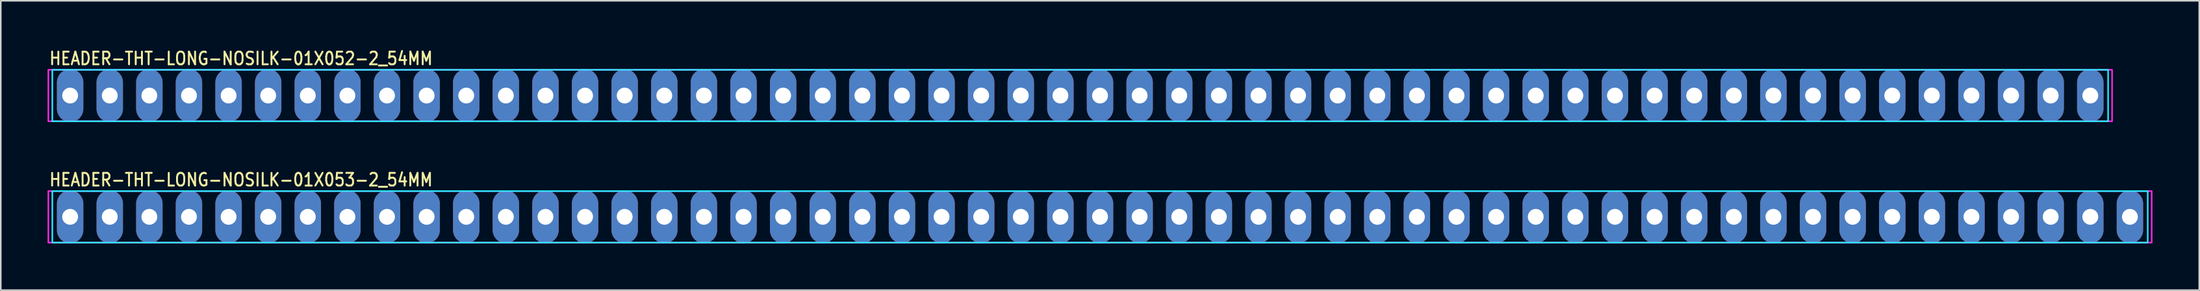
<source format=kicad_pcb>
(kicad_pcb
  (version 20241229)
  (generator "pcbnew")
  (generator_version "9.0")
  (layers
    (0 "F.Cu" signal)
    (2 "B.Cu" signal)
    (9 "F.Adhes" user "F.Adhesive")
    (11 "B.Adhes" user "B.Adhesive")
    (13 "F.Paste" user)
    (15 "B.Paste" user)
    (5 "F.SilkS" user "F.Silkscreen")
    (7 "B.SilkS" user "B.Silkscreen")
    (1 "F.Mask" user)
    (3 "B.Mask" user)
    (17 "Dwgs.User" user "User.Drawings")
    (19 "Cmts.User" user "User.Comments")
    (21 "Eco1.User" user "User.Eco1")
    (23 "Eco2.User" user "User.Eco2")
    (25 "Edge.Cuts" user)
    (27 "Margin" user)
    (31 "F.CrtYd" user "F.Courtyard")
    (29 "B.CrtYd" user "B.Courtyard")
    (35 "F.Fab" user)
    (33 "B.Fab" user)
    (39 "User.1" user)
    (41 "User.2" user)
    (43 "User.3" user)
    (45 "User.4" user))
  (footprint "HEADER-THT-LONG-NOSILK-01X052-2_54MM"
    (layer "F.Cu")
    (at 1.447 3.079)
    (property "Reference" "HEADER-THT-LONG-NOSILK-01X052-2_54MM" (at -1.4 -1.9 0) (unlocked yes) (layer "F.SilkS") (effects (font (size 0.813 0.695) (thickness 0.122)) (justify left bottom)))
    (fp_poly (pts (xy -1.143 -1.651) (xy 130.683 -1.651) (xy 130.683 1.651) (xy -1.143 1.651)) (stroke (width 0.1) (type solid)) (fill no) (layer "B.CrtYd"))
    (fp_poly (pts (xy -1.397 -1.651) (xy 130.937 -1.651) (xy 130.937 1.651) (xy -1.397 1.651)) (stroke (width 0.1) (type solid)) (fill no) (layer "F.CrtYd"))
    (pad "1" thru_hole oval (at 0 0 90) (size 3.387 1.693) (drill 1.016) (layers "*.Cu" "*.Mask"))
    (pad "2" thru_hole oval (at 2.54 0 90) (size 3.387 1.693) (drill 1.016) (layers "*.Cu" "*.Mask"))
    (pad "3" thru_hole oval (at 5.08 0 90) (size 3.387 1.693) (drill 1.016) (layers "*.Cu" "*.Mask"))
    (pad "4" thru_hole oval (at 7.62 0 90) (size 3.387 1.693) (drill 1.016) (layers "*.Cu" "*.Mask"))
    (pad "5" thru_hole oval (at 10.16 0 90) (size 3.387 1.693) (drill 1.016) (layers "*.Cu" "*.Mask"))
    (pad "6" thru_hole oval (at 12.7 0 90) (size 3.387 1.693) (drill 1.016) (layers "*.Cu" "*.Mask"))
    (pad "7" thru_hole oval (at 15.24 0 90) (size 3.387 1.693) (drill 1.016) (layers "*.Cu" "*.Mask"))
    (pad "8" thru_hole oval (at 17.78 0 90) (size 3.387 1.693) (drill 1.016) (layers "*.Cu" "*.Mask"))
    (pad "9" thru_hole oval (at 20.32 0 90) (size 3.387 1.693) (drill 1.016) (layers "*.Cu" "*.Mask"))
    (pad "10" thru_hole oval (at 22.86 0 90) (size 3.387 1.693) (drill 1.016) (layers "*.Cu" "*.Mask"))
    (pad "11" thru_hole oval (at 25.4 0 90) (size 3.387 1.693) (drill 1.016) (layers "*.Cu" "*.Mask"))
    (pad "12" thru_hole oval (at 27.94 0 90) (size 3.387 1.693) (drill 1.016) (layers "*.Cu" "*.Mask"))
    (pad "13" thru_hole oval (at 30.48 0 90) (size 3.387 1.693) (drill 1.016) (layers "*.Cu" "*.Mask"))
    (pad "14" thru_hole oval (at 33.02 0 90) (size 3.387 1.693) (drill 1.016) (layers "*.Cu" "*.Mask"))
    (pad "15" thru_hole oval (at 35.56 0 90) (size 3.387 1.693) (drill 1.016) (layers "*.Cu" "*.Mask"))
    (pad "16" thru_hole oval (at 38.1 0 90) (size 3.387 1.693) (drill 1.016) (layers "*.Cu" "*.Mask"))
    (pad "17" thru_hole oval (at 40.64 0 90) (size 3.387 1.693) (drill 1.016) (layers "*.Cu" "*.Mask"))
    (pad "18" thru_hole oval (at 43.18 0 90) (size 3.387 1.693) (drill 1.016) (layers "*.Cu" "*.Mask"))
    (pad "19" thru_hole oval (at 45.72 0 90) (size 3.387 1.693) (drill 1.016) (layers "*.Cu" "*.Mask"))
    (pad "20" thru_hole oval (at 48.26 0 90) (size 3.387 1.693) (drill 1.016) (layers "*.Cu" "*.Mask"))
    (pad "21" thru_hole oval (at 50.8 0 90) (size 3.387 1.693) (drill 1.016) (layers "*.Cu" "*.Mask"))
    (pad "22" thru_hole oval (at 53.34 0 90) (size 3.387 1.693) (drill 1.016) (layers "*.Cu" "*.Mask"))
    (pad "23" thru_hole oval (at 55.88 0 90) (size 3.387 1.693) (drill 1.016) (layers "*.Cu" "*.Mask"))
    (pad "24" thru_hole oval (at 58.42 0 90) (size 3.387 1.693) (drill 1.016) (layers "*.Cu" "*.Mask"))
    (pad "25" thru_hole oval (at 60.96 0 90) (size 3.387 1.693) (drill 1.016) (layers "*.Cu" "*.Mask"))
    (pad "26" thru_hole oval (at 63.5 0 90) (size 3.387 1.693) (drill 1.016) (layers "*.Cu" "*.Mask"))
    (pad "27" thru_hole oval (at 66.04 0 90) (size 3.387 1.693) (drill 1.016) (layers "*.Cu" "*.Mask"))
    (pad "28" thru_hole oval (at 68.58 0 90) (size 3.387 1.693) (drill 1.016) (layers "*.Cu" "*.Mask"))
    (pad "29" thru_hole oval (at 71.12 0 90) (size 3.387 1.693) (drill 1.016) (layers "*.Cu" "*.Mask"))
    (pad "30" thru_hole oval (at 73.66 0 90) (size 3.387 1.693) (drill 1.016) (layers "*.Cu" "*.Mask"))
    (pad "31" thru_hole oval (at 76.2 0 90) (size 3.387 1.693) (drill 1.016) (layers "*.Cu" "*.Mask"))
    (pad "32" thru_hole oval (at 78.74 0 90) (size 3.387 1.693) (drill 1.016) (layers "*.Cu" "*.Mask"))
    (pad "33" thru_hole oval (at 81.28 0 90) (size 3.387 1.693) (drill 1.016) (layers "*.Cu" "*.Mask"))
    (pad "34" thru_hole oval (at 83.82 0 90) (size 3.387 1.693) (drill 1.016) (layers "*.Cu" "*.Mask"))
    (pad "35" thru_hole oval (at 86.36 0 90) (size 3.387 1.693) (drill 1.016) (layers "*.Cu" "*.Mask"))
    (pad "36" thru_hole oval (at 88.9 0 90) (size 3.387 1.693) (drill 1.016) (layers "*.Cu" "*.Mask"))
    (pad "37" thru_hole oval (at 91.44 0 90) (size 3.387 1.693) (drill 1.016) (layers "*.Cu" "*.Mask"))
    (pad "38" thru_hole oval (at 93.98 0 90) (size 3.387 1.693) (drill 1.016) (layers "*.Cu" "*.Mask"))
    (pad "39" thru_hole oval (at 96.52 0 90) (size 3.387 1.693) (drill 1.016) (layers "*.Cu" "*.Mask"))
    (pad "40" thru_hole oval (at 99.06 0 90) (size 3.387 1.693) (drill 1.016) (layers "*.Cu" "*.Mask"))
    (pad "41" thru_hole oval (at 101.6 0 90) (size 3.387 1.693) (drill 1.016) (layers "*.Cu" "*.Mask"))
    (pad "42" thru_hole oval (at 104.14 0 90) (size 3.387 1.693) (drill 1.016) (layers "*.Cu" "*.Mask"))
    (pad "43" thru_hole oval (at 106.68 0 90) (size 3.387 1.693) (drill 1.016) (layers "*.Cu" "*.Mask"))
    (pad "44" thru_hole oval (at 109.22 0 90) (size 3.387 1.693) (drill 1.016) (layers "*.Cu" "*.Mask"))
    (pad "45" thru_hole oval (at 111.76 0 90) (size 3.387 1.693) (drill 1.016) (layers "*.Cu" "*.Mask"))
    (pad "46" thru_hole oval (at 114.3 0 90) (size 3.387 1.693) (drill 1.016) (layers "*.Cu" "*.Mask"))
    (pad "47" thru_hole oval (at 116.84 0 90) (size 3.387 1.693) (drill 1.016) (layers "*.Cu" "*.Mask"))
    (pad "48" thru_hole oval (at 119.38 0 90) (size 3.387 1.693) (drill 1.016) (layers "*.Cu" "*.Mask"))
    (pad "49" thru_hole oval (at 121.92 0 90) (size 3.387 1.693) (drill 1.016) (layers "*.Cu" "*.Mask"))
    (pad "50" thru_hole oval (at 124.46 0 90) (size 3.387 1.693) (drill 1.016) (layers "*.Cu" "*.Mask"))
    (pad "51" thru_hole oval (at 127 0 90) (size 3.387 1.693) (drill 1.016) (layers "*.Cu" "*.Mask"))
    (pad "52" thru_hole oval (at 129.54 0 90) (size 3.387 1.693) (drill 1.016) (layers "*.Cu" "*.Mask")))
  (footprint "HEADER-THT-LONG-NOSILK-01X053-2_54MM"
    (layer "F.Cu")
    (at 1.447 10.858)
    (property "Reference" "HEADER-THT-LONG-NOSILK-01X053-2_54MM" (at -1.4 -1.9 0) (unlocked yes) (layer "F.SilkS") (effects (font (size 0.813 0.695) (thickness 0.122)) (justify left bottom)))
    (fp_poly (pts (xy -1.143 -1.651) (xy 133.223 -1.651) (xy 133.223 1.651) (xy -1.143 1.651)) (stroke (width 0.1) (type solid)) (fill no) (layer "B.CrtYd"))
    (fp_poly (pts (xy -1.397 -1.651) (xy 133.477 -1.651) (xy 133.477 1.651) (xy -1.397 1.651)) (stroke (width 0.1) (type solid)) (fill no) (layer "F.CrtYd"))
    (pad "1" thru_hole oval (at 0 0 90) (size 3.387 1.693) (drill 1.016) (layers "*.Cu" "*.Mask"))
    (pad "2" thru_hole oval (at 2.54 0 90) (size 3.387 1.693) (drill 1.016) (layers "*.Cu" "*.Mask"))
    (pad "3" thru_hole oval (at 5.08 0 90) (size 3.387 1.693) (drill 1.016) (layers "*.Cu" "*.Mask"))
    (pad "4" thru_hole oval (at 7.62 0 90) (size 3.387 1.693) (drill 1.016) (layers "*.Cu" "*.Mask"))
    (pad "5" thru_hole oval (at 10.16 0 90) (size 3.387 1.693) (drill 1.016) (layers "*.Cu" "*.Mask"))
    (pad "6" thru_hole oval (at 12.7 0 90) (size 3.387 1.693) (drill 1.016) (layers "*.Cu" "*.Mask"))
    (pad "7" thru_hole oval (at 15.24 0 90) (size 3.387 1.693) (drill 1.016) (layers "*.Cu" "*.Mask"))
    (pad "8" thru_hole oval (at 17.78 0 90) (size 3.387 1.693) (drill 1.016) (layers "*.Cu" "*.Mask"))
    (pad "9" thru_hole oval (at 20.32 0 90) (size 3.387 1.693) (drill 1.016) (layers "*.Cu" "*.Mask"))
    (pad "10" thru_hole oval (at 22.86 0 90) (size 3.387 1.693) (drill 1.016) (layers "*.Cu" "*.Mask"))
    (pad "11" thru_hole oval (at 25.4 0 90) (size 3.387 1.693) (drill 1.016) (layers "*.Cu" "*.Mask"))
    (pad "12" thru_hole oval (at 27.94 0 90) (size 3.387 1.693) (drill 1.016) (layers "*.Cu" "*.Mask"))
    (pad "13" thru_hole oval (at 30.48 0 90) (size 3.387 1.693) (drill 1.016) (layers "*.Cu" "*.Mask"))
    (pad "14" thru_hole oval (at 33.02 0 90) (size 3.387 1.693) (drill 1.016) (layers "*.Cu" "*.Mask"))
    (pad "15" thru_hole oval (at 35.56 0 90) (size 3.387 1.693) (drill 1.016) (layers "*.Cu" "*.Mask"))
    (pad "16" thru_hole oval (at 38.1 0 90) (size 3.387 1.693) (drill 1.016) (layers "*.Cu" "*.Mask"))
    (pad "17" thru_hole oval (at 40.64 0 90) (size 3.387 1.693) (drill 1.016) (layers "*.Cu" "*.Mask"))
    (pad "18" thru_hole oval (at 43.18 0 90) (size 3.387 1.693) (drill 1.016) (layers "*.Cu" "*.Mask"))
    (pad "19" thru_hole oval (at 45.72 0 90) (size 3.387 1.693) (drill 1.016) (layers "*.Cu" "*.Mask"))
    (pad "20" thru_hole oval (at 48.26 0 90) (size 3.387 1.693) (drill 1.016) (layers "*.Cu" "*.Mask"))
    (pad "21" thru_hole oval (at 50.8 0 90) (size 3.387 1.693) (drill 1.016) (layers "*.Cu" "*.Mask"))
    (pad "22" thru_hole oval (at 53.34 0 90) (size 3.387 1.693) (drill 1.016) (layers "*.Cu" "*.Mask"))
    (pad "23" thru_hole oval (at 55.88 0 90) (size 3.387 1.693) (drill 1.016) (layers "*.Cu" "*.Mask"))
    (pad "24" thru_hole oval (at 58.42 0 90) (size 3.387 1.693) (drill 1.016) (layers "*.Cu" "*.Mask"))
    (pad "25" thru_hole oval (at 60.96 0 90) (size 3.387 1.693) (drill 1.016) (layers "*.Cu" "*.Mask"))
    (pad "26" thru_hole oval (at 63.5 0 90) (size 3.387 1.693) (drill 1.016) (layers "*.Cu" "*.Mask"))
    (pad "27" thru_hole oval (at 66.04 0 90) (size 3.387 1.693) (drill 1.016) (layers "*.Cu" "*.Mask"))
    (pad "28" thru_hole oval (at 68.58 0 90) (size 3.387 1.693) (drill 1.016) (layers "*.Cu" "*.Mask"))
    (pad "29" thru_hole oval (at 71.12 0 90) (size 3.387 1.693) (drill 1.016) (layers "*.Cu" "*.Mask"))
    (pad "30" thru_hole oval (at 73.66 0 90) (size 3.387 1.693) (drill 1.016) (layers "*.Cu" "*.Mask"))
    (pad "31" thru_hole oval (at 76.2 0 90) (size 3.387 1.693) (drill 1.016) (layers "*.Cu" "*.Mask"))
    (pad "32" thru_hole oval (at 78.74 0 90) (size 3.387 1.693) (drill 1.016) (layers "*.Cu" "*.Mask"))
    (pad "33" thru_hole oval (at 81.28 0 90) (size 3.387 1.693) (drill 1.016) (layers "*.Cu" "*.Mask"))
    (pad "34" thru_hole oval (at 83.82 0 90) (size 3.387 1.693) (drill 1.016) (layers "*.Cu" "*.Mask"))
    (pad "35" thru_hole oval (at 86.36 0 90) (size 3.387 1.693) (drill 1.016) (layers "*.Cu" "*.Mask"))
    (pad "36" thru_hole oval (at 88.9 0 90) (size 3.387 1.693) (drill 1.016) (layers "*.Cu" "*.Mask"))
    (pad "37" thru_hole oval (at 91.44 0 90) (size 3.387 1.693) (drill 1.016) (layers "*.Cu" "*.Mask"))
    (pad "38" thru_hole oval (at 93.98 0 90) (size 3.387 1.693) (drill 1.016) (layers "*.Cu" "*.Mask"))
    (pad "39" thru_hole oval (at 96.52 0 90) (size 3.387 1.693) (drill 1.016) (layers "*.Cu" "*.Mask"))
    (pad "40" thru_hole oval (at 99.06 0 90) (size 3.387 1.693) (drill 1.016) (layers "*.Cu" "*.Mask"))
    (pad "41" thru_hole oval (at 101.6 0 90) (size 3.387 1.693) (drill 1.016) (layers "*.Cu" "*.Mask"))
    (pad "42" thru_hole oval (at 104.14 0 90) (size 3.387 1.693) (drill 1.016) (layers "*.Cu" "*.Mask"))
    (pad "43" thru_hole oval (at 106.68 0 90) (size 3.387 1.693) (drill 1.016) (layers "*.Cu" "*.Mask"))
    (pad "44" thru_hole oval (at 109.22 0 90) (size 3.387 1.693) (drill 1.016) (layers "*.Cu" "*.Mask"))
    (pad "45" thru_hole oval (at 111.76 0 90) (size 3.387 1.693) (drill 1.016) (layers "*.Cu" "*.Mask"))
    (pad "46" thru_hole oval (at 114.3 0 90) (size 3.387 1.693) (drill 1.016) (layers "*.Cu" "*.Mask"))
    (pad "47" thru_hole oval (at 116.84 0 90) (size 3.387 1.693) (drill 1.016) (layers "*.Cu" "*.Mask"))
    (pad "48" thru_hole oval (at 119.38 0 90) (size 3.387 1.693) (drill 1.016) (layers "*.Cu" "*.Mask"))
    (pad "49" thru_hole oval (at 121.92 0 90) (size 3.387 1.693) (drill 1.016) (layers "*.Cu" "*.Mask"))
    (pad "50" thru_hole oval (at 124.46 0 90) (size 3.387 1.693) (drill 1.016) (layers "*.Cu" "*.Mask"))
    (pad "51" thru_hole oval (at 127 0 90) (size 3.387 1.693) (drill 1.016) (layers "*.Cu" "*.Mask"))
    (pad "52" thru_hole oval (at 129.54 0 90) (size 3.387 1.693) (drill 1.016) (layers "*.Cu" "*.Mask"))
    (pad "53" thru_hole oval (at 132.08 0 90) (size 3.387 1.693) (drill 1.016) (layers "*.Cu" "*.Mask")))
  (gr_rect
    (start -3 -3)
    (end 137.974 15.559)
    (stroke (width 0.1) (type default))
    (fill no)
    (layer "Edge.Cuts")))
</source>
